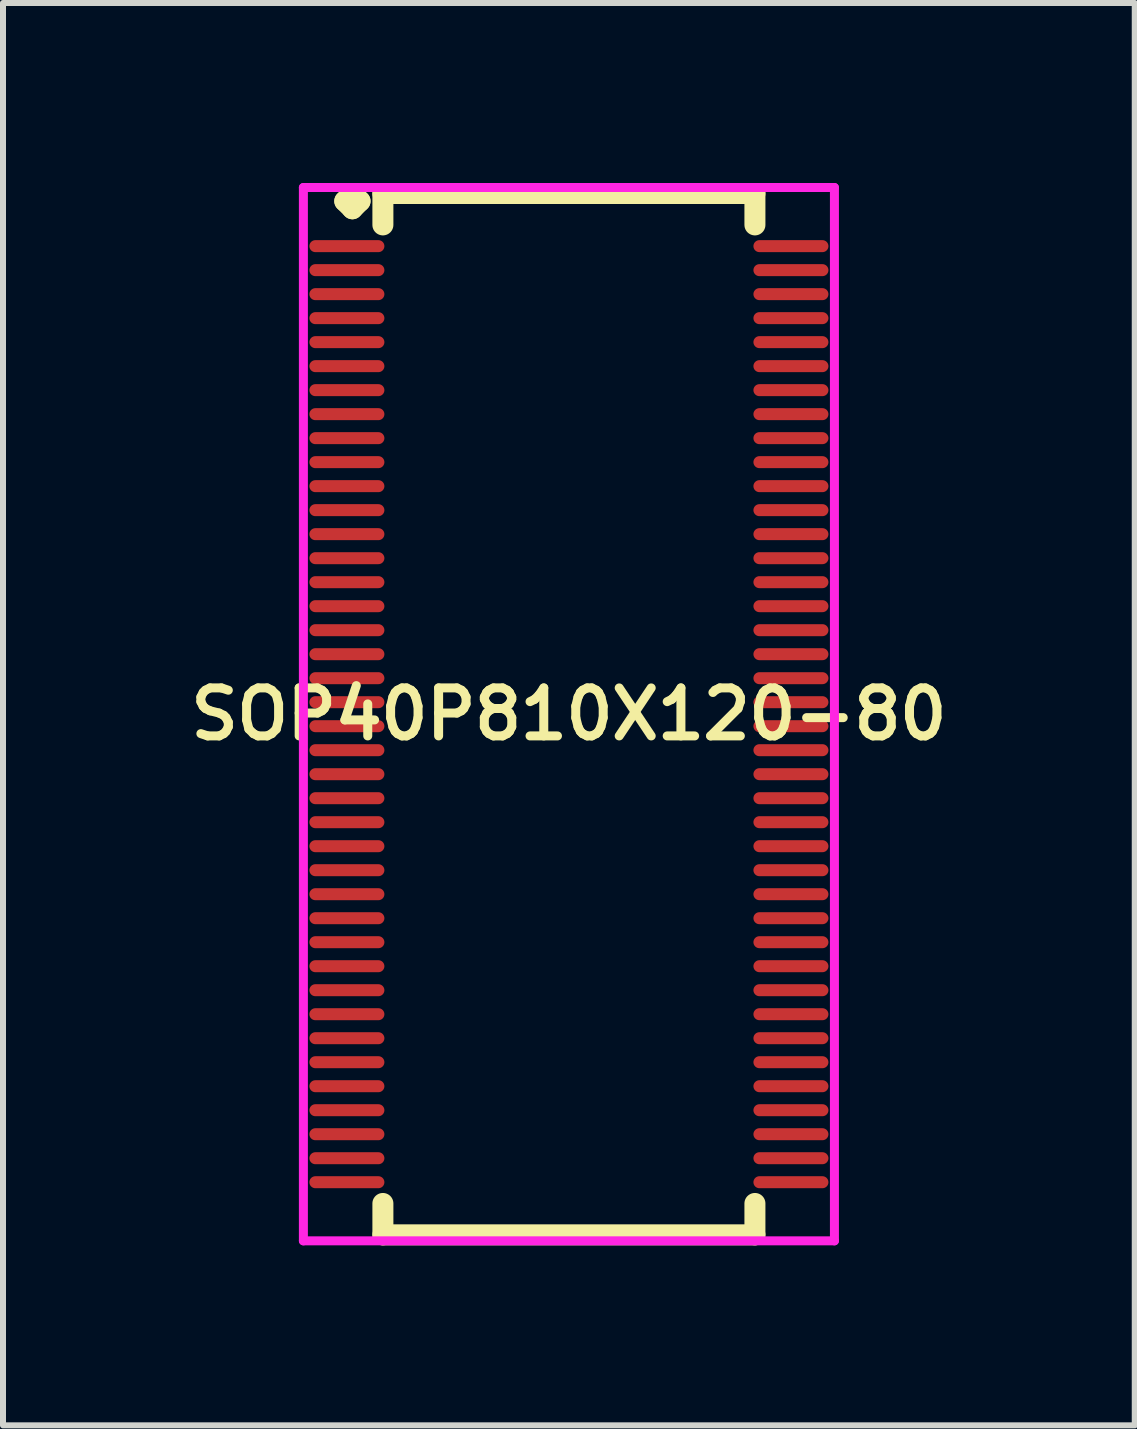
<source format=kicad_pcb>
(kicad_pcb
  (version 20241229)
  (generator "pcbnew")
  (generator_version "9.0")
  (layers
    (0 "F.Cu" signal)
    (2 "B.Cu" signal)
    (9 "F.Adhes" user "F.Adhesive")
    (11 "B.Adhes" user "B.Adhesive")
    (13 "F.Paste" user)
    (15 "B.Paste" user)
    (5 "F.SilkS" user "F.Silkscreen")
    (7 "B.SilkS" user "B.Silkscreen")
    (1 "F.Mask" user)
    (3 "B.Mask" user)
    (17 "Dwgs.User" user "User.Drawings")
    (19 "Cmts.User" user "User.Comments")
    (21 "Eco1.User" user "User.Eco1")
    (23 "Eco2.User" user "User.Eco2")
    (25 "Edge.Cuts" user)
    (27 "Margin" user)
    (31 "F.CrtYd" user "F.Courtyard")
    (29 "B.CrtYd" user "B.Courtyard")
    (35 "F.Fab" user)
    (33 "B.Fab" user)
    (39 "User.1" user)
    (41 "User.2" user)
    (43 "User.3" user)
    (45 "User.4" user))
  (footprint "SOP40P810X120-80"
    (layer "F.Cu")
    (at 6.431 8.852)
    (property "Reference" "SOP40P810X120-80" (at 0 0 0) (layer "F.SilkS") (effects (font (size 0.8 0.8) (thickness 0.15))))
    (attr smd)
    (fp_line (start -3.735 -8.55) (end -3.608 -8.677) (stroke (width 0.35) (type solid)) (layer "F.SilkS"))
    (fp_line (start -3.608 -8.677) (end -3.481 -8.55) (stroke (width 0.35) (type solid)) (layer "F.SilkS"))
    (fp_line (start -3.608 -8.423) (end -3.735 -8.55) (stroke (width 0.35) (type solid)) (layer "F.SilkS"))
    (fp_line (start -3.481 -8.55) (end -3.608 -8.423) (stroke (width 0.35) (type solid)) (layer "F.SilkS"))
    (fp_line (start -3.1 -8.677) (end 3.1 -8.677) (stroke (width 0.35) (type solid)) (layer "F.SilkS"))
    (fp_line (start -3.1 -8.154) (end -3.1 -8.677) (stroke (width 0.35) (type solid)) (layer "F.SilkS"))
    (fp_line (start -3.1 8.154) (end -3.1 8.677) (stroke (width 0.35) (type solid)) (layer "F.SilkS"))
    (fp_line (start -3.1 8.677) (end 3.1 8.677) (stroke (width 0.35) (type solid)) (layer "F.SilkS"))
    (fp_line (start 3.1 -8.677) (end 3.1 -8.154) (stroke (width 0.35) (type solid)) (layer "F.SilkS"))
    (fp_line (start 3.1 8.677) (end 3.1 8.154) (stroke (width 0.35) (type solid)) (layer "F.SilkS"))
    (fp_line (start -4.425 -8.777) (end 4.425 -8.777) (stroke (width 0.15) (type solid)) (layer "F.CrtYd"))
    (fp_line (start -4.425 8.777) (end -4.425 -8.777) (stroke (width 0.15) (type solid)) (layer "F.CrtYd"))
    (fp_line (start 4.425 -8.777) (end 4.425 8.777) (stroke (width 0.15) (type solid)) (layer "F.CrtYd"))
    (fp_line (start 4.425 8.777) (end -4.425 8.777) (stroke (width 0.15) (type solid)) (layer "F.CrtYd"))
    (pad "1" smd oval (at -3.7 -7.8) (size 1.25 0.2) (layers "F.Cu" "F.Mask" "F.Paste"))
    (pad "2" smd oval (at -3.7 -7.4) (size 1.25 0.2) (layers "F.Cu" "F.Mask" "F.Paste"))
    (pad "3" smd oval (at -3.7 -7) (size 1.25 0.2) (layers "F.Cu" "F.Mask" "F.Paste"))
    (pad "4" smd oval (at -3.7 -6.6) (size 1.25 0.2) (layers "F.Cu" "F.Mask" "F.Paste"))
    (pad "5" smd oval (at -3.7 -6.2) (size 1.25 0.2) (layers "F.Cu" "F.Mask" "F.Paste"))
    (pad "6" smd oval (at -3.7 -5.8) (size 1.25 0.2) (layers "F.Cu" "F.Mask" "F.Paste"))
    (pad "7" smd oval (at -3.7 -5.4) (size 1.25 0.2) (layers "F.Cu" "F.Mask" "F.Paste"))
    (pad "8" smd oval (at -3.7 -5) (size 1.25 0.2) (layers "F.Cu" "F.Mask" "F.Paste"))
    (pad "9" smd oval (at -3.7 -4.6) (size 1.25 0.2) (layers "F.Cu" "F.Mask" "F.Paste"))
    (pad "10" smd oval (at -3.7 -4.2) (size 1.25 0.2) (layers "F.Cu" "F.Mask" "F.Paste"))
    (pad "11" smd oval (at -3.7 -3.8) (size 1.25 0.2) (layers "F.Cu" "F.Mask" "F.Paste"))
    (pad "12" smd oval (at -3.7 -3.4) (size 1.25 0.2) (layers "F.Cu" "F.Mask" "F.Paste"))
    (pad "13" smd oval (at -3.7 -3) (size 1.25 0.2) (layers "F.Cu" "F.Mask" "F.Paste"))
    (pad "14" smd oval (at -3.7 -2.6) (size 1.25 0.2) (layers "F.Cu" "F.Mask" "F.Paste"))
    (pad "15" smd oval (at -3.7 -2.2) (size 1.25 0.2) (layers "F.Cu" "F.Mask" "F.Paste"))
    (pad "16" smd oval (at -3.7 -1.8) (size 1.25 0.2) (layers "F.Cu" "F.Mask" "F.Paste"))
    (pad "17" smd oval (at -3.7 -1.4) (size 1.25 0.2) (layers "F.Cu" "F.Mask" "F.Paste"))
    (pad "18" smd oval (at -3.7 -1) (size 1.25 0.2) (layers "F.Cu" "F.Mask" "F.Paste"))
    (pad "19" smd oval (at -3.7 -0.6) (size 1.25 0.2) (layers "F.Cu" "F.Mask" "F.Paste"))
    (pad "20" smd oval (at -3.7 -0.2) (size 1.25 0.2) (layers "F.Cu" "F.Mask" "F.Paste"))
    (pad "21" smd oval (at -3.7 0.2) (size 1.25 0.2) (layers "F.Cu" "F.Mask" "F.Paste"))
    (pad "22" smd oval (at -3.7 0.6) (size 1.25 0.2) (layers "F.Cu" "F.Mask" "F.Paste"))
    (pad "23" smd oval (at -3.7 1) (size 1.25 0.2) (layers "F.Cu" "F.Mask" "F.Paste"))
    (pad "24" smd oval (at -3.7 1.4) (size 1.25 0.2) (layers "F.Cu" "F.Mask" "F.Paste"))
    (pad "25" smd oval (at -3.7 1.8) (size 1.25 0.2) (layers "F.Cu" "F.Mask" "F.Paste"))
    (pad "26" smd oval (at -3.7 2.2) (size 1.25 0.2) (layers "F.Cu" "F.Mask" "F.Paste"))
    (pad "27" smd oval (at -3.7 2.6) (size 1.25 0.2) (layers "F.Cu" "F.Mask" "F.Paste"))
    (pad "28" smd oval (at -3.7 3) (size 1.25 0.2) (layers "F.Cu" "F.Mask" "F.Paste"))
    (pad "29" smd oval (at -3.7 3.4) (size 1.25 0.2) (layers "F.Cu" "F.Mask" "F.Paste"))
    (pad "30" smd oval (at -3.7 3.8) (size 1.25 0.2) (layers "F.Cu" "F.Mask" "F.Paste"))
    (pad "31" smd oval (at -3.7 4.2) (size 1.25 0.2) (layers "F.Cu" "F.Mask" "F.Paste"))
    (pad "32" smd oval (at -3.7 4.6) (size 1.25 0.2) (layers "F.Cu" "F.Mask" "F.Paste"))
    (pad "33" smd oval (at -3.7 5) (size 1.25 0.2) (layers "F.Cu" "F.Mask" "F.Paste"))
    (pad "34" smd oval (at -3.7 5.4) (size 1.25 0.2) (layers "F.Cu" "F.Mask" "F.Paste"))
    (pad "35" smd oval (at -3.7 5.8) (size 1.25 0.2) (layers "F.Cu" "F.Mask" "F.Paste"))
    (pad "36" smd oval (at -3.7 6.2) (size 1.25 0.2) (layers "F.Cu" "F.Mask" "F.Paste"))
    (pad "37" smd oval (at -3.7 6.6) (size 1.25 0.2) (layers "F.Cu" "F.Mask" "F.Paste"))
    (pad "38" smd oval (at -3.7 7) (size 1.25 0.2) (layers "F.Cu" "F.Mask" "F.Paste"))
    (pad "39" smd oval (at -3.7 7.4) (size 1.25 0.2) (layers "F.Cu" "F.Mask" "F.Paste"))
    (pad "40" smd oval (at -3.7 7.8) (size 1.25 0.2) (layers "F.Cu" "F.Mask" "F.Paste"))
    (pad "41" smd oval (at 3.7 7.8) (size 1.25 0.2) (layers "F.Cu" "F.Mask" "F.Paste"))
    (pad "42" smd oval (at 3.7 7.4) (size 1.25 0.2) (layers "F.Cu" "F.Mask" "F.Paste"))
    (pad "43" smd oval (at 3.7 7) (size 1.25 0.2) (layers "F.Cu" "F.Mask" "F.Paste"))
    (pad "44" smd oval (at 3.7 6.6) (size 1.25 0.2) (layers "F.Cu" "F.Mask" "F.Paste"))
    (pad "45" smd oval (at 3.7 6.2) (size 1.25 0.2) (layers "F.Cu" "F.Mask" "F.Paste"))
    (pad "46" smd oval (at 3.7 5.8) (size 1.25 0.2) (layers "F.Cu" "F.Mask" "F.Paste"))
    (pad "47" smd oval (at 3.7 5.4) (size 1.25 0.2) (layers "F.Cu" "F.Mask" "F.Paste"))
    (pad "48" smd oval (at 3.7 5) (size 1.25 0.2) (layers "F.Cu" "F.Mask" "F.Paste"))
    (pad "49" smd oval (at 3.7 4.6) (size 1.25 0.2) (layers "F.Cu" "F.Mask" "F.Paste"))
    (pad "50" smd oval (at 3.7 4.2) (size 1.25 0.2) (layers "F.Cu" "F.Mask" "F.Paste"))
    (pad "51" smd oval (at 3.7 3.8) (size 1.25 0.2) (layers "F.Cu" "F.Mask" "F.Paste"))
    (pad "52" smd oval (at 3.7 3.4) (size 1.25 0.2) (layers "F.Cu" "F.Mask" "F.Paste"))
    (pad "53" smd oval (at 3.7 3) (size 1.25 0.2) (layers "F.Cu" "F.Mask" "F.Paste"))
    (pad "54" smd oval (at 3.7 2.6) (size 1.25 0.2) (layers "F.Cu" "F.Mask" "F.Paste"))
    (pad "55" smd oval (at 3.7 2.2) (size 1.25 0.2) (layers "F.Cu" "F.Mask" "F.Paste"))
    (pad "56" smd oval (at 3.7 1.8) (size 1.25 0.2) (layers "F.Cu" "F.Mask" "F.Paste"))
    (pad "57" smd oval (at 3.7 1.4) (size 1.25 0.2) (layers "F.Cu" "F.Mask" "F.Paste"))
    (pad "58" smd oval (at 3.7 1) (size 1.25 0.2) (layers "F.Cu" "F.Mask" "F.Paste"))
    (pad "59" smd oval (at 3.7 0.6) (size 1.25 0.2) (layers "F.Cu" "F.Mask" "F.Paste"))
    (pad "60" smd oval (at 3.7 0.2) (size 1.25 0.2) (layers "F.Cu" "F.Mask" "F.Paste"))
    (pad "61" smd oval (at 3.7 -0.2) (size 1.25 0.2) (layers "F.Cu" "F.Mask" "F.Paste"))
    (pad "62" smd oval (at 3.7 -0.6) (size 1.25 0.2) (layers "F.Cu" "F.Mask" "F.Paste"))
    (pad "63" smd oval (at 3.7 -1) (size 1.25 0.2) (layers "F.Cu" "F.Mask" "F.Paste"))
    (pad "64" smd oval (at 3.7 -1.4) (size 1.25 0.2) (layers "F.Cu" "F.Mask" "F.Paste"))
    (pad "65" smd oval (at 3.7 -1.8) (size 1.25 0.2) (layers "F.Cu" "F.Mask" "F.Paste"))
    (pad "66" smd oval (at 3.7 -2.2) (size 1.25 0.2) (layers "F.Cu" "F.Mask" "F.Paste"))
    (pad "67" smd oval (at 3.7 -2.6) (size 1.25 0.2) (layers "F.Cu" "F.Mask" "F.Paste"))
    (pad "68" smd oval (at 3.7 -3) (size 1.25 0.2) (layers "F.Cu" "F.Mask" "F.Paste"))
    (pad "69" smd oval (at 3.7 -3.4) (size 1.25 0.2) (layers "F.Cu" "F.Mask" "F.Paste"))
    (pad "70" smd oval (at 3.7 -3.8) (size 1.25 0.2) (layers "F.Cu" "F.Mask" "F.Paste"))
    (pad "71" smd oval (at 3.7 -4.2) (size 1.25 0.2) (layers "F.Cu" "F.Mask" "F.Paste"))
    (pad "72" smd oval (at 3.7 -4.6) (size 1.25 0.2) (layers "F.Cu" "F.Mask" "F.Paste"))
    (pad "73" smd oval (at 3.7 -5) (size 1.25 0.2) (layers "F.Cu" "F.Mask" "F.Paste"))
    (pad "74" smd oval (at 3.7 -5.4) (size 1.25 0.2) (layers "F.Cu" "F.Mask" "F.Paste"))
    (pad "75" smd oval (at 3.7 -5.8) (size 1.25 0.2) (layers "F.Cu" "F.Mask" "F.Paste"))
    (pad "76" smd oval (at 3.7 -6.2) (size 1.25 0.2) (layers "F.Cu" "F.Mask" "F.Paste"))
    (pad "77" smd oval (at 3.7 -6.6) (size 1.25 0.2) (layers "F.Cu" "F.Mask" "F.Paste"))
    (pad "78" smd oval (at 3.7 -7) (size 1.25 0.2) (layers "F.Cu" "F.Mask" "F.Paste"))
    (pad "79" smd oval (at 3.7 -7.4) (size 1.25 0.2) (layers "F.Cu" "F.Mask" "F.Paste"))
    (pad "80" smd oval (at 3.7 -7.8) (size 1.25 0.2) (layers "F.Cu" "F.Mask" "F.Paste")))
  (gr_rect
    (start -3 -3)
    (end 15.861 20.704)
    (stroke (width 0.1) (type default))
    (fill no)
    (layer "Edge.Cuts")))
</source>
